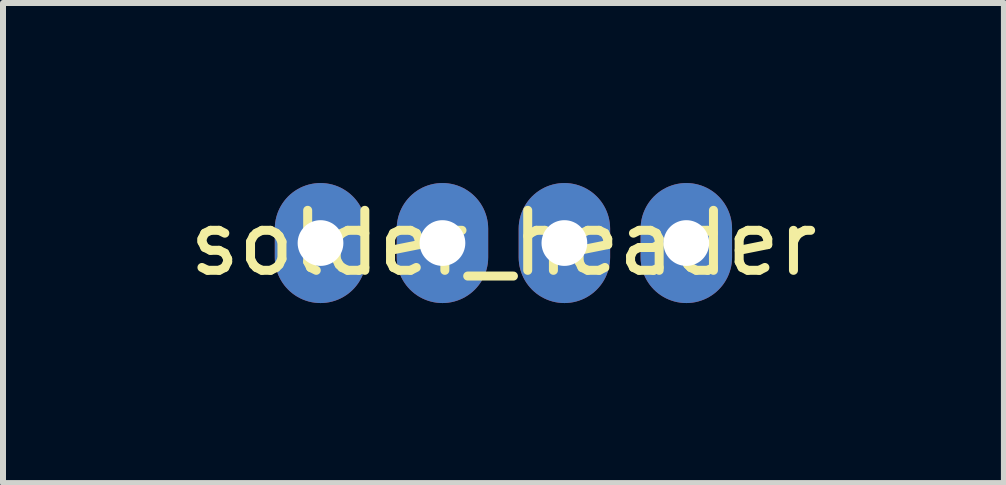
<source format=kicad_pcb>
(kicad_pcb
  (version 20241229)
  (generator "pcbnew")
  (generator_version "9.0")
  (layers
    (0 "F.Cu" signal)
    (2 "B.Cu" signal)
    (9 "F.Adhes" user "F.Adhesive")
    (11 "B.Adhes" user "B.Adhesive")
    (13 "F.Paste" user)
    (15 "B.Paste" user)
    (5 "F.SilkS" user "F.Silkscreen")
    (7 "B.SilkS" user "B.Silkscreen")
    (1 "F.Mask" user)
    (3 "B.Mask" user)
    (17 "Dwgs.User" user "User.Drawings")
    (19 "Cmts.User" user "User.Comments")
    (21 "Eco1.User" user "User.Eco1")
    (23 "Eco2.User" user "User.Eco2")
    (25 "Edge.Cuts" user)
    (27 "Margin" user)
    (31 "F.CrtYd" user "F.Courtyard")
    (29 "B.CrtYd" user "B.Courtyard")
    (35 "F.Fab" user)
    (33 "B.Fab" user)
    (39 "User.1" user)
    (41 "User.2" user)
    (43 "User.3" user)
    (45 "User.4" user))
  (footprint "solder_header"
    (layer "F.Cu")
    (at 5.339 1)
    (property "Reference" "solder_header" (at 0 0 0) (unlocked yes) (layer "F.SilkS") (effects (font (size 1 1) (thickness 0.15))))
    (attr through_hole)
    (pad "1" thru_hole oval (at -3.048 0) (size 1.524 2) (drill 0.762) (layers "*.Cu" "*.Mask"))
    (pad "2" thru_hole oval (at -1.016 0) (size 1.524 2) (drill 0.762) (layers "*.Cu" "*.Mask"))
    (pad "3" thru_hole oval (at 1.016 0) (size 1.524 2) (drill 0.762) (layers "*.Cu" "*.Mask"))
    (pad "4" thru_hole oval (at 3.048 0) (size 1.524 2) (drill 0.762) (layers "*.Cu" "*.Mask")))
  (gr_rect
    (start -3 -3)
    (end 13.679 5)
    (stroke (width 0.1) (type default))
    (fill no)
    (layer "Edge.Cuts")))
</source>
